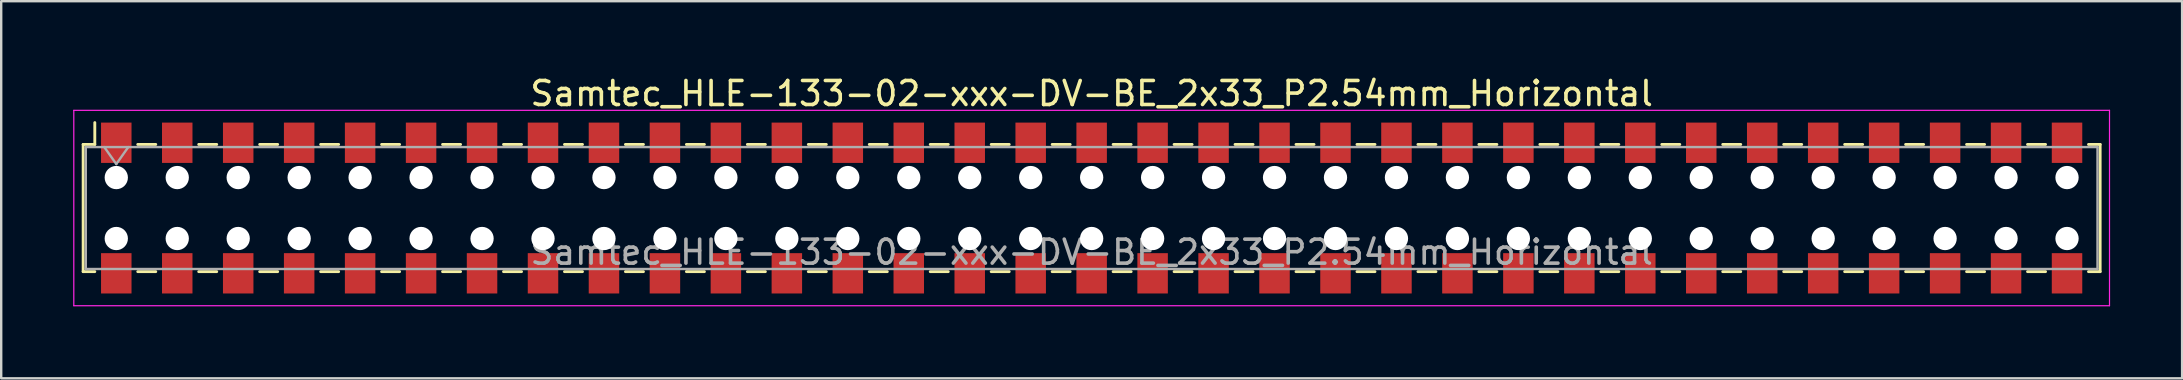
<source format=kicad_pcb>
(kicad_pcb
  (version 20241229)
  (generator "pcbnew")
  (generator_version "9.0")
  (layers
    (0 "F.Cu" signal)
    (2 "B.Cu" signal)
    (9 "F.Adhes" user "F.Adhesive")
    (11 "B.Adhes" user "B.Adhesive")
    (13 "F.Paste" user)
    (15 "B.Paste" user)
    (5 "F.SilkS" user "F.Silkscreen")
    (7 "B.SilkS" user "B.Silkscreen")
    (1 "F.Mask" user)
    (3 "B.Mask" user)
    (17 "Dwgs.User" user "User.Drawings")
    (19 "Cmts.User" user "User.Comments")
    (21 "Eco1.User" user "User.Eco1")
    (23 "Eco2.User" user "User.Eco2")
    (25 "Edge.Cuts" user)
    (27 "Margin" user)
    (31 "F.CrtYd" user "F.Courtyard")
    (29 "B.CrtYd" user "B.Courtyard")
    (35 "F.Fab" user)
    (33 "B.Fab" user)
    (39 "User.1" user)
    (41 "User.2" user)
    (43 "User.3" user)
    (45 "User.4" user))
  (footprint "Samtec_HLE-133-02-xxx-DV-BE_2x33_P2.54mm_Horizontal"
    (layer "F.Cu")
    (at 42.435 5.618)
    (property "Reference" "Samtec_HLE-133-02-xxx-DV-BE_2x33_P2.54mm_Horizontal" (at 0 -4.77 0) (layer "F.SilkS") (effects (font (size 1 1) (thickness 0.15))))
    (attr smd)
    (fp_line (start -42.02 -2.65) (end -42.02 2.65) (stroke (width 0.12) (type solid)) (layer "F.SilkS"))
    (fp_line (start -42.02 2.65) (end -41.535 2.65) (stroke (width 0.12) (type solid)) (layer "F.SilkS"))
    (fp_line (start -41.535 -3.56) (end -41.535 -2.65) (stroke (width 0.12) (type solid)) (layer "F.SilkS"))
    (fp_line (start -41.535 -2.65) (end -42.02 -2.65) (stroke (width 0.12) (type solid)) (layer "F.SilkS"))
    (fp_line (start -39.745 -2.65) (end -38.995 -2.65) (stroke (width 0.12) (type solid)) (layer "F.SilkS"))
    (fp_line (start -39.745 2.65) (end -38.995 2.65) (stroke (width 0.12) (type solid)) (layer "F.SilkS"))
    (fp_line (start -37.205 -2.65) (end -36.455 -2.65) (stroke (width 0.12) (type solid)) (layer "F.SilkS"))
    (fp_line (start -37.205 2.65) (end -36.455 2.65) (stroke (width 0.12) (type solid)) (layer "F.SilkS"))
    (fp_line (start -34.665 -2.65) (end -33.915 -2.65) (stroke (width 0.12) (type solid)) (layer "F.SilkS"))
    (fp_line (start -34.665 2.65) (end -33.915 2.65) (stroke (width 0.12) (type solid)) (layer "F.SilkS"))
    (fp_line (start -32.125 -2.65) (end -31.375 -2.65) (stroke (width 0.12) (type solid)) (layer "F.SilkS"))
    (fp_line (start -32.125 2.65) (end -31.375 2.65) (stroke (width 0.12) (type solid)) (layer "F.SilkS"))
    (fp_line (start -29.585 -2.65) (end -28.835 -2.65) (stroke (width 0.12) (type solid)) (layer "F.SilkS"))
    (fp_line (start -29.585 2.65) (end -28.835 2.65) (stroke (width 0.12) (type solid)) (layer "F.SilkS"))
    (fp_line (start -27.045 -2.65) (end -26.295 -2.65) (stroke (width 0.12) (type solid)) (layer "F.SilkS"))
    (fp_line (start -27.045 2.65) (end -26.295 2.65) (stroke (width 0.12) (type solid)) (layer "F.SilkS"))
    (fp_line (start -24.505 -2.65) (end -23.755 -2.65) (stroke (width 0.12) (type solid)) (layer "F.SilkS"))
    (fp_line (start -24.505 2.65) (end -23.755 2.65) (stroke (width 0.12) (type solid)) (layer "F.SilkS"))
    (fp_line (start -21.965 -2.65) (end -21.215 -2.65) (stroke (width 0.12) (type solid)) (layer "F.SilkS"))
    (fp_line (start -21.965 2.65) (end -21.215 2.65) (stroke (width 0.12) (type solid)) (layer "F.SilkS"))
    (fp_line (start -19.425 -2.65) (end -18.675 -2.65) (stroke (width 0.12) (type solid)) (layer "F.SilkS"))
    (fp_line (start -19.425 2.65) (end -18.675 2.65) (stroke (width 0.12) (type solid)) (layer "F.SilkS"))
    (fp_line (start -16.885 -2.65) (end -16.135 -2.65) (stroke (width 0.12) (type solid)) (layer "F.SilkS"))
    (fp_line (start -16.885 2.65) (end -16.135 2.65) (stroke (width 0.12) (type solid)) (layer "F.SilkS"))
    (fp_line (start -14.345 -2.65) (end -13.595 -2.65) (stroke (width 0.12) (type solid)) (layer "F.SilkS"))
    (fp_line (start -14.345 2.65) (end -13.595 2.65) (stroke (width 0.12) (type solid)) (layer "F.SilkS"))
    (fp_line (start -11.805 -2.65) (end -11.055 -2.65) (stroke (width 0.12) (type solid)) (layer "F.SilkS"))
    (fp_line (start -11.805 2.65) (end -11.055 2.65) (stroke (width 0.12) (type solid)) (layer "F.SilkS"))
    (fp_line (start -9.265 -2.65) (end -8.515 -2.65) (stroke (width 0.12) (type solid)) (layer "F.SilkS"))
    (fp_line (start -9.265 2.65) (end -8.515 2.65) (stroke (width 0.12) (type solid)) (layer "F.SilkS"))
    (fp_line (start -6.725 -2.65) (end -5.975 -2.65) (stroke (width 0.12) (type solid)) (layer "F.SilkS"))
    (fp_line (start -6.725 2.65) (end -5.975 2.65) (stroke (width 0.12) (type solid)) (layer "F.SilkS"))
    (fp_line (start -4.185 -2.65) (end -3.435 -2.65) (stroke (width 0.12) (type solid)) (layer "F.SilkS"))
    (fp_line (start -4.185 2.65) (end -3.435 2.65) (stroke (width 0.12) (type solid)) (layer "F.SilkS"))
    (fp_line (start -1.645 -2.65) (end -0.895 -2.65) (stroke (width 0.12) (type solid)) (layer "F.SilkS"))
    (fp_line (start -1.645 2.65) (end -0.895 2.65) (stroke (width 0.12) (type solid)) (layer "F.SilkS"))
    (fp_line (start 0.895 -2.65) (end 1.645 -2.65) (stroke (width 0.12) (type solid)) (layer "F.SilkS"))
    (fp_line (start 0.895 2.65) (end 1.645 2.65) (stroke (width 0.12) (type solid)) (layer "F.SilkS"))
    (fp_line (start 3.435 -2.65) (end 4.185 -2.65) (stroke (width 0.12) (type solid)) (layer "F.SilkS"))
    (fp_line (start 3.435 2.65) (end 4.185 2.65) (stroke (width 0.12) (type solid)) (layer "F.SilkS"))
    (fp_line (start 5.975 -2.65) (end 6.725 -2.65) (stroke (width 0.12) (type solid)) (layer "F.SilkS"))
    (fp_line (start 5.975 2.65) (end 6.725 2.65) (stroke (width 0.12) (type solid)) (layer "F.SilkS"))
    (fp_line (start 8.515 -2.65) (end 9.265 -2.65) (stroke (width 0.12) (type solid)) (layer "F.SilkS"))
    (fp_line (start 8.515 2.65) (end 9.265 2.65) (stroke (width 0.12) (type solid)) (layer "F.SilkS"))
    (fp_line (start 11.055 -2.65) (end 11.805 -2.65) (stroke (width 0.12) (type solid)) (layer "F.SilkS"))
    (fp_line (start 11.055 2.65) (end 11.805 2.65) (stroke (width 0.12) (type solid)) (layer "F.SilkS"))
    (fp_line (start 13.595 -2.65) (end 14.345 -2.65) (stroke (width 0.12) (type solid)) (layer "F.SilkS"))
    (fp_line (start 13.595 2.65) (end 14.345 2.65) (stroke (width 0.12) (type solid)) (layer "F.SilkS"))
    (fp_line (start 16.135 -2.65) (end 16.885 -2.65) (stroke (width 0.12) (type solid)) (layer "F.SilkS"))
    (fp_line (start 16.135 2.65) (end 16.885 2.65) (stroke (width 0.12) (type solid)) (layer "F.SilkS"))
    (fp_line (start 18.675 -2.65) (end 19.425 -2.65) (stroke (width 0.12) (type solid)) (layer "F.SilkS"))
    (fp_line (start 18.675 2.65) (end 19.425 2.65) (stroke (width 0.12) (type solid)) (layer "F.SilkS"))
    (fp_line (start 21.215 -2.65) (end 21.965 -2.65) (stroke (width 0.12) (type solid)) (layer "F.SilkS"))
    (fp_line (start 21.215 2.65) (end 21.965 2.65) (stroke (width 0.12) (type solid)) (layer "F.SilkS"))
    (fp_line (start 23.755 -2.65) (end 24.505 -2.65) (stroke (width 0.12) (type solid)) (layer "F.SilkS"))
    (fp_line (start 23.755 2.65) (end 24.505 2.65) (stroke (width 0.12) (type solid)) (layer "F.SilkS"))
    (fp_line (start 26.295 -2.65) (end 27.045 -2.65) (stroke (width 0.12) (type solid)) (layer "F.SilkS"))
    (fp_line (start 26.295 2.65) (end 27.045 2.65) (stroke (width 0.12) (type solid)) (layer "F.SilkS"))
    (fp_line (start 28.835 -2.65) (end 29.585 -2.65) (stroke (width 0.12) (type solid)) (layer "F.SilkS"))
    (fp_line (start 28.835 2.65) (end 29.585 2.65) (stroke (width 0.12) (type solid)) (layer "F.SilkS"))
    (fp_line (start 31.375 -2.65) (end 32.125 -2.65) (stroke (width 0.12) (type solid)) (layer "F.SilkS"))
    (fp_line (start 31.375 2.65) (end 32.125 2.65) (stroke (width 0.12) (type solid)) (layer "F.SilkS"))
    (fp_line (start 33.915 -2.65) (end 34.665 -2.65) (stroke (width 0.12) (type solid)) (layer "F.SilkS"))
    (fp_line (start 33.915 2.65) (end 34.665 2.65) (stroke (width 0.12) (type solid)) (layer "F.SilkS"))
    (fp_line (start 36.455 -2.65) (end 37.205 -2.65) (stroke (width 0.12) (type solid)) (layer "F.SilkS"))
    (fp_line (start 36.455 2.65) (end 37.205 2.65) (stroke (width 0.12) (type solid)) (layer "F.SilkS"))
    (fp_line (start 38.995 -2.65) (end 39.745 -2.65) (stroke (width 0.12) (type solid)) (layer "F.SilkS"))
    (fp_line (start 38.995 2.65) (end 39.745 2.65) (stroke (width 0.12) (type solid)) (layer "F.SilkS"))
    (fp_line (start 41.535 -2.65) (end 42.02 -2.65) (stroke (width 0.12) (type solid)) (layer "F.SilkS"))
    (fp_line (start 42.02 -2.65) (end 42.02 2.65) (stroke (width 0.12) (type solid)) (layer "F.SilkS"))
    (fp_line (start 42.02 2.65) (end 41.535 2.65) (stroke (width 0.12) (type solid)) (layer "F.SilkS"))
    (fp_line (start -42.41 -4.07) (end 42.41 -4.07) (stroke (width 0.05) (type solid)) (layer "F.CrtYd"))
    (fp_line (start -42.41 4.07) (end -42.41 -4.07) (stroke (width 0.05) (type solid)) (layer "F.CrtYd"))
    (fp_line (start 42.41 -4.07) (end 42.41 4.07) (stroke (width 0.05) (type solid)) (layer "F.CrtYd"))
    (fp_line (start 42.41 4.07) (end -42.41 4.07) (stroke (width 0.05) (type solid)) (layer "F.CrtYd"))
    (fp_line (start -41.91 -2.54) (end 41.91 -2.54) (stroke (width 0.1) (type solid)) (layer "F.Fab"))
    (fp_line (start -41.91 2.54) (end -41.91 -2.54) (stroke (width 0.1) (type solid)) (layer "F.Fab"))
    (fp_line (start -41.14 -2.54) (end -40.64 -1.833) (stroke (width 0.1) (type solid)) (layer "F.Fab"))
    (fp_line (start -40.64 -1.833) (end -40.14 -2.54) (stroke (width 0.1) (type solid)) (layer "F.Fab"))
    (fp_line (start 41.91 -2.54) (end 41.91 2.54) (stroke (width 0.1) (type solid)) (layer "F.Fab"))
    (fp_line (start 41.91 2.54) (end -41.91 2.54) (stroke (width 0.1) (type solid)) (layer "F.Fab"))
    (fp_text user "${REFERENCE}" (at 0 1.84 0) (layer "F.Fab") (effects (font (size 1 1) (thickness 0.15))))
    (pad "" np_thru_hole circle (at -40.64 -1.27) (size 0.97 0.97) (drill 0.97) (layers "*.Cu" "*.Mask"))
    (pad "" np_thru_hole circle (at -40.64 1.27) (size 0.97 0.97) (drill 0.97) (layers "*.Cu" "*.Mask"))
    (pad "" np_thru_hole circle (at -38.1 -1.27) (size 0.97 0.97) (drill 0.97) (layers "*.Cu" "*.Mask"))
    (pad "" np_thru_hole circle (at -38.1 1.27) (size 0.97 0.97) (drill 0.97) (layers "*.Cu" "*.Mask"))
    (pad "" np_thru_hole circle (at -35.56 -1.27) (size 0.97 0.97) (drill 0.97) (layers "*.Cu" "*.Mask"))
    (pad "" np_thru_hole circle (at -35.56 1.27) (size 0.97 0.97) (drill 0.97) (layers "*.Cu" "*.Mask"))
    (pad "" np_thru_hole circle (at -33.02 -1.27) (size 0.97 0.97) (drill 0.97) (layers "*.Cu" "*.Mask"))
    (pad "" np_thru_hole circle (at -33.02 1.27) (size 0.97 0.97) (drill 0.97) (layers "*.Cu" "*.Mask"))
    (pad "" np_thru_hole circle (at -30.48 -1.27) (size 0.97 0.97) (drill 0.97) (layers "*.Cu" "*.Mask"))
    (pad "" np_thru_hole circle (at -30.48 1.27) (size 0.97 0.97) (drill 0.97) (layers "*.Cu" "*.Mask"))
    (pad "" np_thru_hole circle (at -27.94 -1.27) (size 0.97 0.97) (drill 0.97) (layers "*.Cu" "*.Mask"))
    (pad "" np_thru_hole circle (at -27.94 1.27) (size 0.97 0.97) (drill 0.97) (layers "*.Cu" "*.Mask"))
    (pad "" np_thru_hole circle (at -25.4 -1.27) (size 0.97 0.97) (drill 0.97) (layers "*.Cu" "*.Mask"))
    (pad "" np_thru_hole circle (at -25.4 1.27) (size 0.97 0.97) (drill 0.97) (layers "*.Cu" "*.Mask"))
    (pad "" np_thru_hole circle (at -22.86 -1.27) (size 0.97 0.97) (drill 0.97) (layers "*.Cu" "*.Mask"))
    (pad "" np_thru_hole circle (at -22.86 1.27) (size 0.97 0.97) (drill 0.97) (layers "*.Cu" "*.Mask"))
    (pad "" np_thru_hole circle (at -20.32 -1.27) (size 0.97 0.97) (drill 0.97) (layers "*.Cu" "*.Mask"))
    (pad "" np_thru_hole circle (at -20.32 1.27) (size 0.97 0.97) (drill 0.97) (layers "*.Cu" "*.Mask"))
    (pad "" np_thru_hole circle (at -17.78 -1.27) (size 0.97 0.97) (drill 0.97) (layers "*.Cu" "*.Mask"))
    (pad "" np_thru_hole circle (at -17.78 1.27) (size 0.97 0.97) (drill 0.97) (layers "*.Cu" "*.Mask"))
    (pad "" np_thru_hole circle (at -15.24 -1.27) (size 0.97 0.97) (drill 0.97) (layers "*.Cu" "*.Mask"))
    (pad "" np_thru_hole circle (at -15.24 1.27) (size 0.97 0.97) (drill 0.97) (layers "*.Cu" "*.Mask"))
    (pad "" np_thru_hole circle (at -12.7 -1.27) (size 0.97 0.97) (drill 0.97) (layers "*.Cu" "*.Mask"))
    (pad "" np_thru_hole circle (at -12.7 1.27) (size 0.97 0.97) (drill 0.97) (layers "*.Cu" "*.Mask"))
    (pad "" np_thru_hole circle (at -10.16 -1.27) (size 0.97 0.97) (drill 0.97) (layers "*.Cu" "*.Mask"))
    (pad "" np_thru_hole circle (at -10.16 1.27) (size 0.97 0.97) (drill 0.97) (layers "*.Cu" "*.Mask"))
    (pad "" np_thru_hole circle (at -7.62 -1.27) (size 0.97 0.97) (drill 0.97) (layers "*.Cu" "*.Mask"))
    (pad "" np_thru_hole circle (at -7.62 1.27) (size 0.97 0.97) (drill 0.97) (layers "*.Cu" "*.Mask"))
    (pad "" np_thru_hole circle (at -5.08 -1.27) (size 0.97 0.97) (drill 0.97) (layers "*.Cu" "*.Mask"))
    (pad "" np_thru_hole circle (at -5.08 1.27) (size 0.97 0.97) (drill 0.97) (layers "*.Cu" "*.Mask"))
    (pad "" np_thru_hole circle (at -2.54 -1.27) (size 0.97 0.97) (drill 0.97) (layers "*.Cu" "*.Mask"))
    (pad "" np_thru_hole circle (at -2.54 1.27) (size 0.97 0.97) (drill 0.97) (layers "*.Cu" "*.Mask"))
    (pad "" np_thru_hole circle (at 0 -1.27) (size 0.97 0.97) (drill 0.97) (layers "*.Cu" "*.Mask"))
    (pad "" np_thru_hole circle (at 0 1.27) (size 0.97 0.97) (drill 0.97) (layers "*.Cu" "*.Mask"))
    (pad "" np_thru_hole circle (at 2.54 -1.27) (size 0.97 0.97) (drill 0.97) (layers "*.Cu" "*.Mask"))
    (pad "" np_thru_hole circle (at 2.54 1.27) (size 0.97 0.97) (drill 0.97) (layers "*.Cu" "*.Mask"))
    (pad "" np_thru_hole circle (at 5.08 -1.27) (size 0.97 0.97) (drill 0.97) (layers "*.Cu" "*.Mask"))
    (pad "" np_thru_hole circle (at 5.08 1.27) (size 0.97 0.97) (drill 0.97) (layers "*.Cu" "*.Mask"))
    (pad "" np_thru_hole circle (at 7.62 -1.27) (size 0.97 0.97) (drill 0.97) (layers "*.Cu" "*.Mask"))
    (pad "" np_thru_hole circle (at 7.62 1.27) (size 0.97 0.97) (drill 0.97) (layers "*.Cu" "*.Mask"))
    (pad "" np_thru_hole circle (at 10.16 -1.27) (size 0.97 0.97) (drill 0.97) (layers "*.Cu" "*.Mask"))
    (pad "" np_thru_hole circle (at 10.16 1.27) (size 0.97 0.97) (drill 0.97) (layers "*.Cu" "*.Mask"))
    (pad "" np_thru_hole circle (at 12.7 -1.27) (size 0.97 0.97) (drill 0.97) (layers "*.Cu" "*.Mask"))
    (pad "" np_thru_hole circle (at 12.7 1.27) (size 0.97 0.97) (drill 0.97) (layers "*.Cu" "*.Mask"))
    (pad "" np_thru_hole circle (at 15.24 -1.27) (size 0.97 0.97) (drill 0.97) (layers "*.Cu" "*.Mask"))
    (pad "" np_thru_hole circle (at 15.24 1.27) (size 0.97 0.97) (drill 0.97) (layers "*.Cu" "*.Mask"))
    (pad "" np_thru_hole circle (at 17.78 -1.27) (size 0.97 0.97) (drill 0.97) (layers "*.Cu" "*.Mask"))
    (pad "" np_thru_hole circle (at 17.78 1.27) (size 0.97 0.97) (drill 0.97) (layers "*.Cu" "*.Mask"))
    (pad "" np_thru_hole circle (at 20.32 -1.27) (size 0.97 0.97) (drill 0.97) (layers "*.Cu" "*.Mask"))
    (pad "" np_thru_hole circle (at 20.32 1.27) (size 0.97 0.97) (drill 0.97) (layers "*.Cu" "*.Mask"))
    (pad "" np_thru_hole circle (at 22.86 -1.27) (size 0.97 0.97) (drill 0.97) (layers "*.Cu" "*.Mask"))
    (pad "" np_thru_hole circle (at 22.86 1.27) (size 0.97 0.97) (drill 0.97) (layers "*.Cu" "*.Mask"))
    (pad "" np_thru_hole circle (at 25.4 -1.27) (size 0.97 0.97) (drill 0.97) (layers "*.Cu" "*.Mask"))
    (pad "" np_thru_hole circle (at 25.4 1.27) (size 0.97 0.97) (drill 0.97) (layers "*.Cu" "*.Mask"))
    (pad "" np_thru_hole circle (at 27.94 -1.27) (size 0.97 0.97) (drill 0.97) (layers "*.Cu" "*.Mask"))
    (pad "" np_thru_hole circle (at 27.94 1.27) (size 0.97 0.97) (drill 0.97) (layers "*.Cu" "*.Mask"))
    (pad "" np_thru_hole circle (at 30.48 -1.27) (size 0.97 0.97) (drill 0.97) (layers "*.Cu" "*.Mask"))
    (pad "" np_thru_hole circle (at 30.48 1.27) (size 0.97 0.97) (drill 0.97) (layers "*.Cu" "*.Mask"))
    (pad "" np_thru_hole circle (at 33.02 -1.27) (size 0.97 0.97) (drill 0.97) (layers "*.Cu" "*.Mask"))
    (pad "" np_thru_hole circle (at 33.02 1.27) (size 0.97 0.97) (drill 0.97) (layers "*.Cu" "*.Mask"))
    (pad "" np_thru_hole circle (at 35.56 -1.27) (size 0.97 0.97) (drill 0.97) (layers "*.Cu" "*.Mask"))
    (pad "" np_thru_hole circle (at 35.56 1.27) (size 0.97 0.97) (drill 0.97) (layers "*.Cu" "*.Mask"))
    (pad "" np_thru_hole circle (at 38.1 -1.27) (size 0.97 0.97) (drill 0.97) (layers "*.Cu" "*.Mask"))
    (pad "" np_thru_hole circle (at 38.1 1.27) (size 0.97 0.97) (drill 0.97) (layers "*.Cu" "*.Mask"))
    (pad "" np_thru_hole circle (at 40.64 -1.27) (size 0.97 0.97) (drill 0.97) (layers "*.Cu" "*.Mask"))
    (pad "" np_thru_hole circle (at 40.64 1.27) (size 0.97 0.97) (drill 0.97) (layers "*.Cu" "*.Mask"))
    (pad "1" smd rect (at -40.64 -2.72) (size 1.27 1.68) (layers "F.Cu" "F.Mask" "F.Paste"))
    (pad "2" smd rect (at -40.64 2.72) (size 1.27 1.68) (layers "F.Cu" "F.Mask" "F.Paste"))
    (pad "3" smd rect (at -38.1 -2.72) (size 1.27 1.68) (layers "F.Cu" "F.Mask" "F.Paste"))
    (pad "4" smd rect (at -38.1 2.72) (size 1.27 1.68) (layers "F.Cu" "F.Mask" "F.Paste"))
    (pad "5" smd rect (at -35.56 -2.72) (size 1.27 1.68) (layers "F.Cu" "F.Mask" "F.Paste"))
    (pad "6" smd rect (at -35.56 2.72) (size 1.27 1.68) (layers "F.Cu" "F.Mask" "F.Paste"))
    (pad "7" smd rect (at -33.02 -2.72) (size 1.27 1.68) (layers "F.Cu" "F.Mask" "F.Paste"))
    (pad "8" smd rect (at -33.02 2.72) (size 1.27 1.68) (layers "F.Cu" "F.Mask" "F.Paste"))
    (pad "9" smd rect (at -30.48 -2.72) (size 1.27 1.68) (layers "F.Cu" "F.Mask" "F.Paste"))
    (pad "10" smd rect (at -30.48 2.72) (size 1.27 1.68) (layers "F.Cu" "F.Mask" "F.Paste"))
    (pad "11" smd rect (at -27.94 -2.72) (size 1.27 1.68) (layers "F.Cu" "F.Mask" "F.Paste"))
    (pad "12" smd rect (at -27.94 2.72) (size 1.27 1.68) (layers "F.Cu" "F.Mask" "F.Paste"))
    (pad "13" smd rect (at -25.4 -2.72) (size 1.27 1.68) (layers "F.Cu" "F.Mask" "F.Paste"))
    (pad "14" smd rect (at -25.4 2.72) (size 1.27 1.68) (layers "F.Cu" "F.Mask" "F.Paste"))
    (pad "15" smd rect (at -22.86 -2.72) (size 1.27 1.68) (layers "F.Cu" "F.Mask" "F.Paste"))
    (pad "16" smd rect (at -22.86 2.72) (size 1.27 1.68) (layers "F.Cu" "F.Mask" "F.Paste"))
    (pad "17" smd rect (at -20.32 -2.72) (size 1.27 1.68) (layers "F.Cu" "F.Mask" "F.Paste"))
    (pad "18" smd rect (at -20.32 2.72) (size 1.27 1.68) (layers "F.Cu" "F.Mask" "F.Paste"))
    (pad "19" smd rect (at -17.78 -2.72) (size 1.27 1.68) (layers "F.Cu" "F.Mask" "F.Paste"))
    (pad "20" smd rect (at -17.78 2.72) (size 1.27 1.68) (layers "F.Cu" "F.Mask" "F.Paste"))
    (pad "21" smd rect (at -15.24 -2.72) (size 1.27 1.68) (layers "F.Cu" "F.Mask" "F.Paste"))
    (pad "22" smd rect (at -15.24 2.72) (size 1.27 1.68) (layers "F.Cu" "F.Mask" "F.Paste"))
    (pad "23" smd rect (at -12.7 -2.72) (size 1.27 1.68) (layers "F.Cu" "F.Mask" "F.Paste"))
    (pad "24" smd rect (at -12.7 2.72) (size 1.27 1.68) (layers "F.Cu" "F.Mask" "F.Paste"))
    (pad "25" smd rect (at -10.16 -2.72) (size 1.27 1.68) (layers "F.Cu" "F.Mask" "F.Paste"))
    (pad "26" smd rect (at -10.16 2.72) (size 1.27 1.68) (layers "F.Cu" "F.Mask" "F.Paste"))
    (pad "27" smd rect (at -7.62 -2.72) (size 1.27 1.68) (layers "F.Cu" "F.Mask" "F.Paste"))
    (pad "28" smd rect (at -7.62 2.72) (size 1.27 1.68) (layers "F.Cu" "F.Mask" "F.Paste"))
    (pad "29" smd rect (at -5.08 -2.72) (size 1.27 1.68) (layers "F.Cu" "F.Mask" "F.Paste"))
    (pad "30" smd rect (at -5.08 2.72) (size 1.27 1.68) (layers "F.Cu" "F.Mask" "F.Paste"))
    (pad "31" smd rect (at -2.54 -2.72) (size 1.27 1.68) (layers "F.Cu" "F.Mask" "F.Paste"))
    (pad "32" smd rect (at -2.54 2.72) (size 1.27 1.68) (layers "F.Cu" "F.Mask" "F.Paste"))
    (pad "33" smd rect (at 0 -2.72) (size 1.27 1.68) (layers "F.Cu" "F.Mask" "F.Paste"))
    (pad "34" smd rect (at 0 2.72) (size 1.27 1.68) (layers "F.Cu" "F.Mask" "F.Paste"))
    (pad "35" smd rect (at 2.54 -2.72) (size 1.27 1.68) (layers "F.Cu" "F.Mask" "F.Paste"))
    (pad "36" smd rect (at 2.54 2.72) (size 1.27 1.68) (layers "F.Cu" "F.Mask" "F.Paste"))
    (pad "37" smd rect (at 5.08 -2.72) (size 1.27 1.68) (layers "F.Cu" "F.Mask" "F.Paste"))
    (pad "38" smd rect (at 5.08 2.72) (size 1.27 1.68) (layers "F.Cu" "F.Mask" "F.Paste"))
    (pad "39" smd rect (at 7.62 -2.72) (size 1.27 1.68) (layers "F.Cu" "F.Mask" "F.Paste"))
    (pad "40" smd rect (at 7.62 2.72) (size 1.27 1.68) (layers "F.Cu" "F.Mask" "F.Paste"))
    (pad "41" smd rect (at 10.16 -2.72) (size 1.27 1.68) (layers "F.Cu" "F.Mask" "F.Paste"))
    (pad "42" smd rect (at 10.16 2.72) (size 1.27 1.68) (layers "F.Cu" "F.Mask" "F.Paste"))
    (pad "43" smd rect (at 12.7 -2.72) (size 1.27 1.68) (layers "F.Cu" "F.Mask" "F.Paste"))
    (pad "44" smd rect (at 12.7 2.72) (size 1.27 1.68) (layers "F.Cu" "F.Mask" "F.Paste"))
    (pad "45" smd rect (at 15.24 -2.72) (size 1.27 1.68) (layers "F.Cu" "F.Mask" "F.Paste"))
    (pad "46" smd rect (at 15.24 2.72) (size 1.27 1.68) (layers "F.Cu" "F.Mask" "F.Paste"))
    (pad "47" smd rect (at 17.78 -2.72) (size 1.27 1.68) (layers "F.Cu" "F.Mask" "F.Paste"))
    (pad "48" smd rect (at 17.78 2.72) (size 1.27 1.68) (layers "F.Cu" "F.Mask" "F.Paste"))
    (pad "49" smd rect (at 20.32 -2.72) (size 1.27 1.68) (layers "F.Cu" "F.Mask" "F.Paste"))
    (pad "50" smd rect (at 20.32 2.72) (size 1.27 1.68) (layers "F.Cu" "F.Mask" "F.Paste"))
    (pad "51" smd rect (at 22.86 -2.72) (size 1.27 1.68) (layers "F.Cu" "F.Mask" "F.Paste"))
    (pad "52" smd rect (at 22.86 2.72) (size 1.27 1.68) (layers "F.Cu" "F.Mask" "F.Paste"))
    (pad "53" smd rect (at 25.4 -2.72) (size 1.27 1.68) (layers "F.Cu" "F.Mask" "F.Paste"))
    (pad "54" smd rect (at 25.4 2.72) (size 1.27 1.68) (layers "F.Cu" "F.Mask" "F.Paste"))
    (pad "55" smd rect (at 27.94 -2.72) (size 1.27 1.68) (layers "F.Cu" "F.Mask" "F.Paste"))
    (pad "56" smd rect (at 27.94 2.72) (size 1.27 1.68) (layers "F.Cu" "F.Mask" "F.Paste"))
    (pad "57" smd rect (at 30.48 -2.72) (size 1.27 1.68) (layers "F.Cu" "F.Mask" "F.Paste"))
    (pad "58" smd rect (at 30.48 2.72) (size 1.27 1.68) (layers "F.Cu" "F.Mask" "F.Paste"))
    (pad "59" smd rect (at 33.02 -2.72) (size 1.27 1.68) (layers "F.Cu" "F.Mask" "F.Paste"))
    (pad "60" smd rect (at 33.02 2.72) (size 1.27 1.68) (layers "F.Cu" "F.Mask" "F.Paste"))
    (pad "61" smd rect (at 35.56 -2.72) (size 1.27 1.68) (layers "F.Cu" "F.Mask" "F.Paste"))
    (pad "62" smd rect (at 35.56 2.72) (size 1.27 1.68) (layers "F.Cu" "F.Mask" "F.Paste"))
    (pad "63" smd rect (at 38.1 -2.72) (size 1.27 1.68) (layers "F.Cu" "F.Mask" "F.Paste"))
    (pad "64" smd rect (at 38.1 2.72) (size 1.27 1.68) (layers "F.Cu" "F.Mask" "F.Paste"))
    (pad "65" smd rect (at 40.64 -2.72) (size 1.27 1.68) (layers "F.Cu" "F.Mask" "F.Paste"))
    (pad "66" smd rect (at 40.64 2.72) (size 1.27 1.68) (layers "F.Cu" "F.Mask" "F.Paste")))
  (gr_rect
    (start -3 -3)
    (end 87.87 12.713)
    (stroke (width 0.1) (type default))
    (fill no)
    (layer "Edge.Cuts")))
</source>
